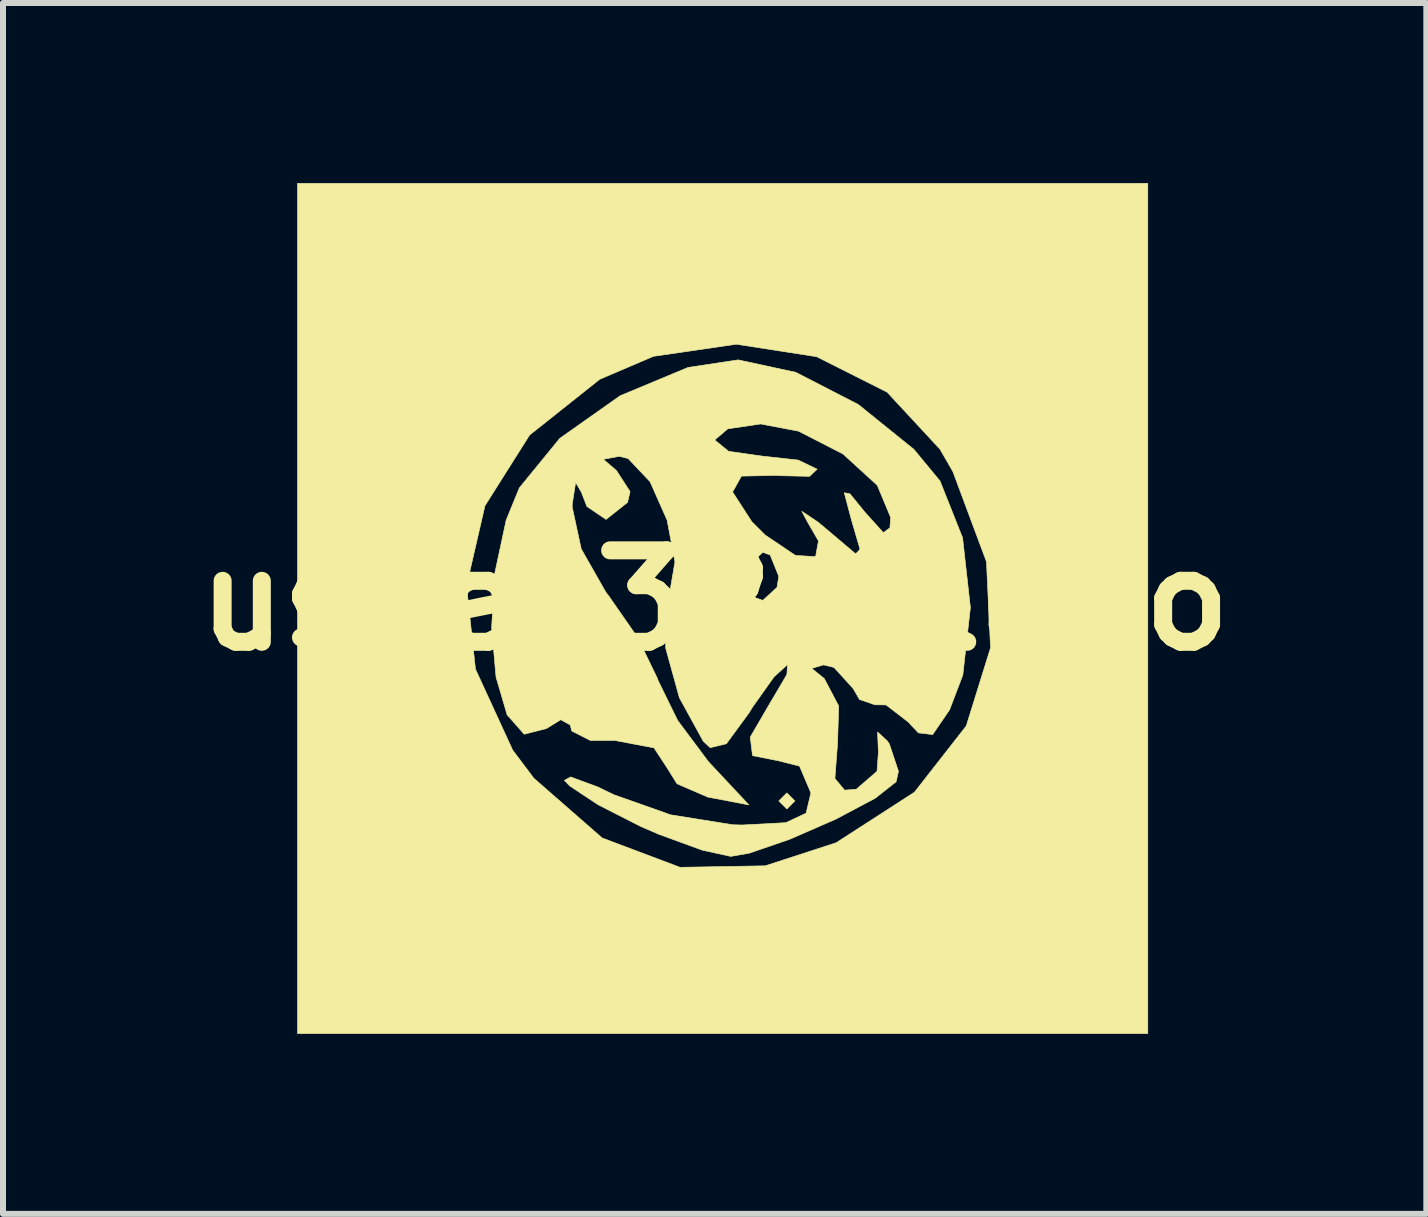
<source format=kicad_pcb>
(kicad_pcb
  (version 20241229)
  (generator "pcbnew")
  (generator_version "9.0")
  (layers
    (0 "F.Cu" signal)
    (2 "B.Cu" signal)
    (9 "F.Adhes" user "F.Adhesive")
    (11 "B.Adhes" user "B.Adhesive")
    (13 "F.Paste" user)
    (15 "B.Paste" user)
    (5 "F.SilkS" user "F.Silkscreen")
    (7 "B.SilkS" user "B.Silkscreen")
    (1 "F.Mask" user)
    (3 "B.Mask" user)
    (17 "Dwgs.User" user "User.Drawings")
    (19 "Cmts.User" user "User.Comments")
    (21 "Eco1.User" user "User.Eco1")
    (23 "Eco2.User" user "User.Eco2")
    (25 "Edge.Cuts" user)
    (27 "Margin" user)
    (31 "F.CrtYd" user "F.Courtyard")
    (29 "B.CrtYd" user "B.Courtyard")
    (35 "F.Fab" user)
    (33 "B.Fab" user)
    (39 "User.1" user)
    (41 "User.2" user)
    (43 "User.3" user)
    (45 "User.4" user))
  (footprint "usbee32s2logo"
    (layer "F.Cu")
    (at 8.861 6.957)
    (property "Reference" "usbee32s2logo" (at 0 0 0) (layer "F.SilkS") (effects (font (size 1.524 1.524) (thickness 0.3))))
    (attr through_hole)
    (fp_poly (pts (xy 1.337 3.342) (xy 1.203 3.476) (xy 1.069 3.342) (xy 1.203 3.208) (xy 1.337 3.342)) (stroke (width 0.01) (type solid)) (fill yes) (layer "F.SilkS"))
    (fp_poly (pts (xy 7.219 7.219) (xy -6.952 7.219) (xy -6.952 -0.244) (xy -4.136 -0.244) (xy -3.987 1.145) (xy -3.367 2.494) (xy -3.014 2.964) (xy -1.875 3.959) (xy -0.578 4.448) (xy 0.843 4.423) (xy 2.026 4.038) (xy 3.33 3.196) (xy 4.193 2.092) (xy 4.598 0.79) (xy 4.53 -0.645) (xy 3.97 -2.148) (xy 3.755 -2.521) (xy 2.874 -3.471) (xy 1.7 -4.062) (xy 0.36 -4.27) (xy -1.022 -4.068) (xy -1.915 -3.686) (xy -3.084 -2.757) (xy -3.829 -1.577) (xy -4.136 -0.244) (xy -6.952 -0.244) (xy -6.952 -6.952) (xy 7.219 -6.952) (xy 7.219 7.219)) (stroke (width 0.01) (type solid)) (fill yes) (layer "F.SilkS"))
    (fp_poly (pts (xy 1.351 -3.802) (xy 2.394 -3.265) (xy 3.32 -2.518) (xy 3.756 -1.99) (xy 4.132 -1.044) (xy 4.262 0.119) (xy 4.136 1.243) (xy 3.915 1.823) (xy 3.633 2.236) (xy 3.395 2.207) (xy 3.226 2.026) (xy 2.857 1.742) (xy 2.671 1.739) (xy 2.414 1.651) (xy 2.309 1.469) (xy 1.989 1.117) (xy 1.813 1.074) (xy 1.617 1.133) (xy 1.827 1.303) (xy 2.067 1.759) (xy 2.048 2.384) (xy 2.004 2.968) (xy 2.165 3.162) (xy 2.36 3.147) (xy 2.706 2.848) (xy 2.729 2.53) (xy 2.715 2.193) (xy 2.876 2.34) (xy 2.912 2.394) (xy 3.063 2.848) (xy 3.024 3.023) (xy 2.677 3.296) (xy 2.02 3.645) (xy 1.253 3.98) (xy 0.575 4.213) (xy 0.267 4.266) (xy -0.211 4.161) (xy -0.937 3.895) (xy -1.237 3.765) (xy -1.941 3.406) (xy -2.417 3.091) (xy -2.504 2.999) (xy -2.401 2.942) (xy -1.95 3.108) (xy -1.678 3.239) (xy -0.734 3.573) (xy 0.303 3.739) (xy 0.458 3.743) (xy 1.188 3.704) (xy 1.524 3.545) (xy 1.604 3.208) (xy 1.415 2.762) (xy 1.069 2.674) (xy 0.631 2.587) (xy 0.593 2.278) (xy 0.946 1.671) (xy 0.951 1.664) (xy 1.204 1.234) (xy 1.214 1.069) (xy 0.989 1.274) (xy 0.632 1.777) (xy 0.569 1.879) (xy 0.195 2.389) (xy -0.074 2.454) (xy -0.19 2.347) (xy -0.588 1.622) (xy -0.817 0.793) (xy -0.822 0.09) (xy -0.756 -0.091) (xy -0.703 -0.401) (xy 0.535 -0.401) (xy 0.679 -0.045) (xy 0.802 0) (xy 1.039 -0.217) (xy 1.069 -0.401) (xy 0.925 -0.757) (xy 0.802 -0.802) (xy 0.565 -0.586) (xy 0.535 -0.401) (xy -0.703 -0.401) (xy -0.662 -0.643) (xy -0.793 -1.339) (xy -1.077 -1.979) (xy -1.442 -2.365) (xy -1.591 -2.402) (xy -1.855 -2.352) (xy -1.637 -2.165) (xy -1.41 -1.814) (xy -1.452 -1.634) (xy -1.81 -1.35) (xy -2.129 -1.565) (xy -2.222 -1.805) (xy -2.317 -1.967) (xy -2.373 -1.611) (xy -2.375 -1.558) (xy -2.224 -0.858) (xy -1.81 -0.131) (xy -1.774 -0.087) (xy -1.284 0.618) (xy -0.954 1.301) (xy -0.942 1.337) (xy -0.617 2) (xy -0.107 2.684) (xy -0.086 2.707) (xy 0.57 3.408) (xy -0.116 3.277) (xy -0.627 3.056) (xy -0.802 2.776) (xy -1.012 2.457) (xy -1.668 2.333) (xy -2.072 2.334) (xy -2.382 2.176) (xy -2.406 2.077) (xy -2.565 1.988) (xy -2.803 2.135) (xy -3.174 2.23) (xy -3.459 1.907) (xy -3.644 1.277) (xy -3.717 0.452) (xy -3.664 -0.457) (xy -3.475 -1.338) (xy -3.255 -1.876) (xy -2.603 -2.674) (xy 0 -2.674) (xy 0.232 -2.485) (xy 0.786 -2.406) (xy 1.393 -2.339) (xy 1.708 -2.187) (xy 1.581 -2.068) (xy 1.088 -2.079) (xy 1.055 -2.084) (xy 0.446 -2.072) (xy 0.299 -1.807) (xy 0.619 -1.312) (xy 0.843 -1.089) (xy 1.346 -0.75) (xy 1.682 -0.73) (xy 1.73 -0.992) (xy 1.555 -1.294) (xy 1.453 -1.485) (xy 1.72 -1.307) (xy 1.845 -1.203) (xy 2.477 -0.668) (xy 2.281 -1.337) (xy 2.16 -1.795) (xy 2.255 -1.776) (xy 2.504 -1.471) (xy 2.812 -1.129) (xy 2.921 -1.211) (xy 2.933 -1.384) (xy 2.71 -1.919) (xy 2.14 -2.44) (xy 1.398 -2.821) (xy 0.766 -2.941) (xy 0.219 -2.86) (xy 0 -2.674) (xy -2.603 -2.674) (xy -2.58 -2.702) (xy -1.574 -3.412) (xy -0.444 -3.883) (xy 0.391 -4.009) (xy 1.351 -3.802)) (stroke (width 0.01) (type solid)) (fill yes) (layer "F.SilkS")))
  (gr_rect
    (start -3 -3)
    (end 20.722 17.181)
    (stroke (width 0.1) (type default))
    (fill no)
    (layer "Edge.Cuts")))
</source>
